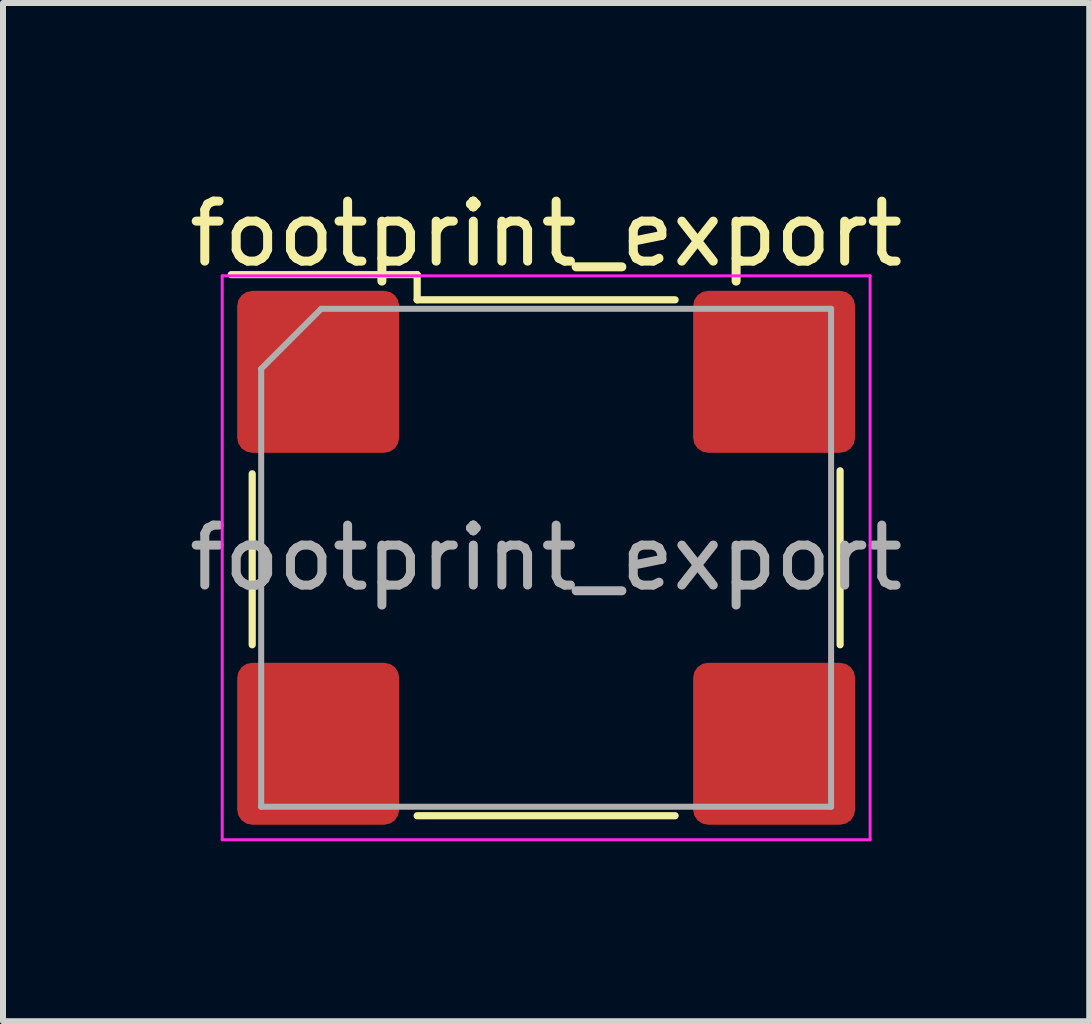
<source format=kicad_pcb>
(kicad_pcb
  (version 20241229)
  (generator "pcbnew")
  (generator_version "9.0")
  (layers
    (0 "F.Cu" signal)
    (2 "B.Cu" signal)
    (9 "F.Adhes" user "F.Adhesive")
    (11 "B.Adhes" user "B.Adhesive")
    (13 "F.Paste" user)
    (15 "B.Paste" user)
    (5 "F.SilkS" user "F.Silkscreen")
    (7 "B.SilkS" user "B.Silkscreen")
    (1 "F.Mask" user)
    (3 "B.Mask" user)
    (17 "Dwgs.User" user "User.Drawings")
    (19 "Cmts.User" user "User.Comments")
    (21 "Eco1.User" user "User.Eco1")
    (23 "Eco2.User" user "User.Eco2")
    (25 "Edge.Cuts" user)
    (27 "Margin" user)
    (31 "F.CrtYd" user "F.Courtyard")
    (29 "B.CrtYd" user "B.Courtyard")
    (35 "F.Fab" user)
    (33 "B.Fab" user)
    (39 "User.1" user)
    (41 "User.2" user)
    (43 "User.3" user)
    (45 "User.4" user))
  (footprint "footprint_export"
    (layer "F.Cu")
    (at 6.054 6.248)
    (property "Reference" "footprint_export" (at 0 -5.4 0) (layer "F.SilkS") (effects (font (size 1 1) (thickness 0.15))))
    (attr smd)
    (fp_line (start -4.9 1.45) (end -4.9 -1.4) (stroke (width 0.12) (type solid)) (layer "F.SilkS"))
    (fp_line (start -2.15 -4.72) (end -5.25 -4.72) (stroke (width 0.12) (type solid)) (layer "F.SilkS"))
    (fp_line (start -2.15 -4.3) (end -2.15 -4.72) (stroke (width 0.12) (type solid)) (layer "F.SilkS"))
    (fp_line (start 2.15 -4.3) (end -2.15 -4.3) (stroke (width 0.12) (type solid)) (layer "F.SilkS"))
    (fp_line (start 2.15 4.3) (end -2.15 4.3) (stroke (width 0.12) (type solid)) (layer "F.SilkS"))
    (fp_line (start 4.9 1.45) (end 4.9 -1.45) (stroke (width 0.12) (type solid)) (layer "F.SilkS"))
    (fp_line (start -5.4 4.7) (end -5.4 -4.7) (stroke (width 0.05) (type solid)) (layer "F.CrtYd"))
    (fp_line (start 5.4 -4.7) (end -5.4 -4.7) (stroke (width 0.05) (type solid)) (layer "F.CrtYd"))
    (fp_line (start 5.4 4.7) (end -5.4 4.7) (stroke (width 0.05) (type solid)) (layer "F.CrtYd"))
    (fp_line (start 5.4 4.7) (end 5.4 -4.7) (stroke (width 0.05) (type solid)) (layer "F.CrtYd"))
    (fp_line (start -4.75 -3.15) (end -4.75 4.15) (stroke (width 0.1) (type solid)) (layer "F.Fab"))
    (fp_line (start -4.75 4.15) (end 4.75 4.15) (stroke (width 0.1) (type solid)) (layer "F.Fab"))
    (fp_line (start -3.75 -4.15) (end -4.75 -3.15) (stroke (width 0.1) (type solid)) (layer "F.Fab"))
    (fp_line (start 4.75 -4.15) (end -3.75 -4.15) (stroke (width 0.1) (type solid)) (layer "F.Fab"))
    (fp_line (start 4.75 -4.15) (end 4.75 4.15) (stroke (width 0.1) (type solid)) (layer "F.Fab"))
    (fp_text user "${REFERENCE}" (at 0 0 0) (layer "F.Fab") (effects (font (size 1 1) (thickness 0.15))))
    (pad "1" smd roundrect (at -3.8 -3.1 180) (size 2.7 2.7) (layers "F.Cu" "F.Mask" "F.Paste") (roundrect_rratio 0.093))
    (pad "2" smd roundrect (at -3.8 3.1 180) (size 2.7 2.7) (layers "F.Cu" "F.Mask" "F.Paste") (roundrect_rratio 0.093))
    (pad "3" smd roundrect (at 3.8 3.1 180) (size 2.7 2.7) (layers "F.Cu" "F.Mask" "F.Paste") (roundrect_rratio 0.093))
    (pad "4" smd roundrect (at 3.8 -3.1 180) (size 2.7 2.7) (layers "F.Cu" "F.Mask" "F.Paste") (roundrect_rratio 0.093)))
  (gr_rect
    (start -3 -3)
    (end 15.107 13.973)
    (stroke (width 0.1) (type default))
    (fill no)
    (layer "Edge.Cuts")))
</source>
